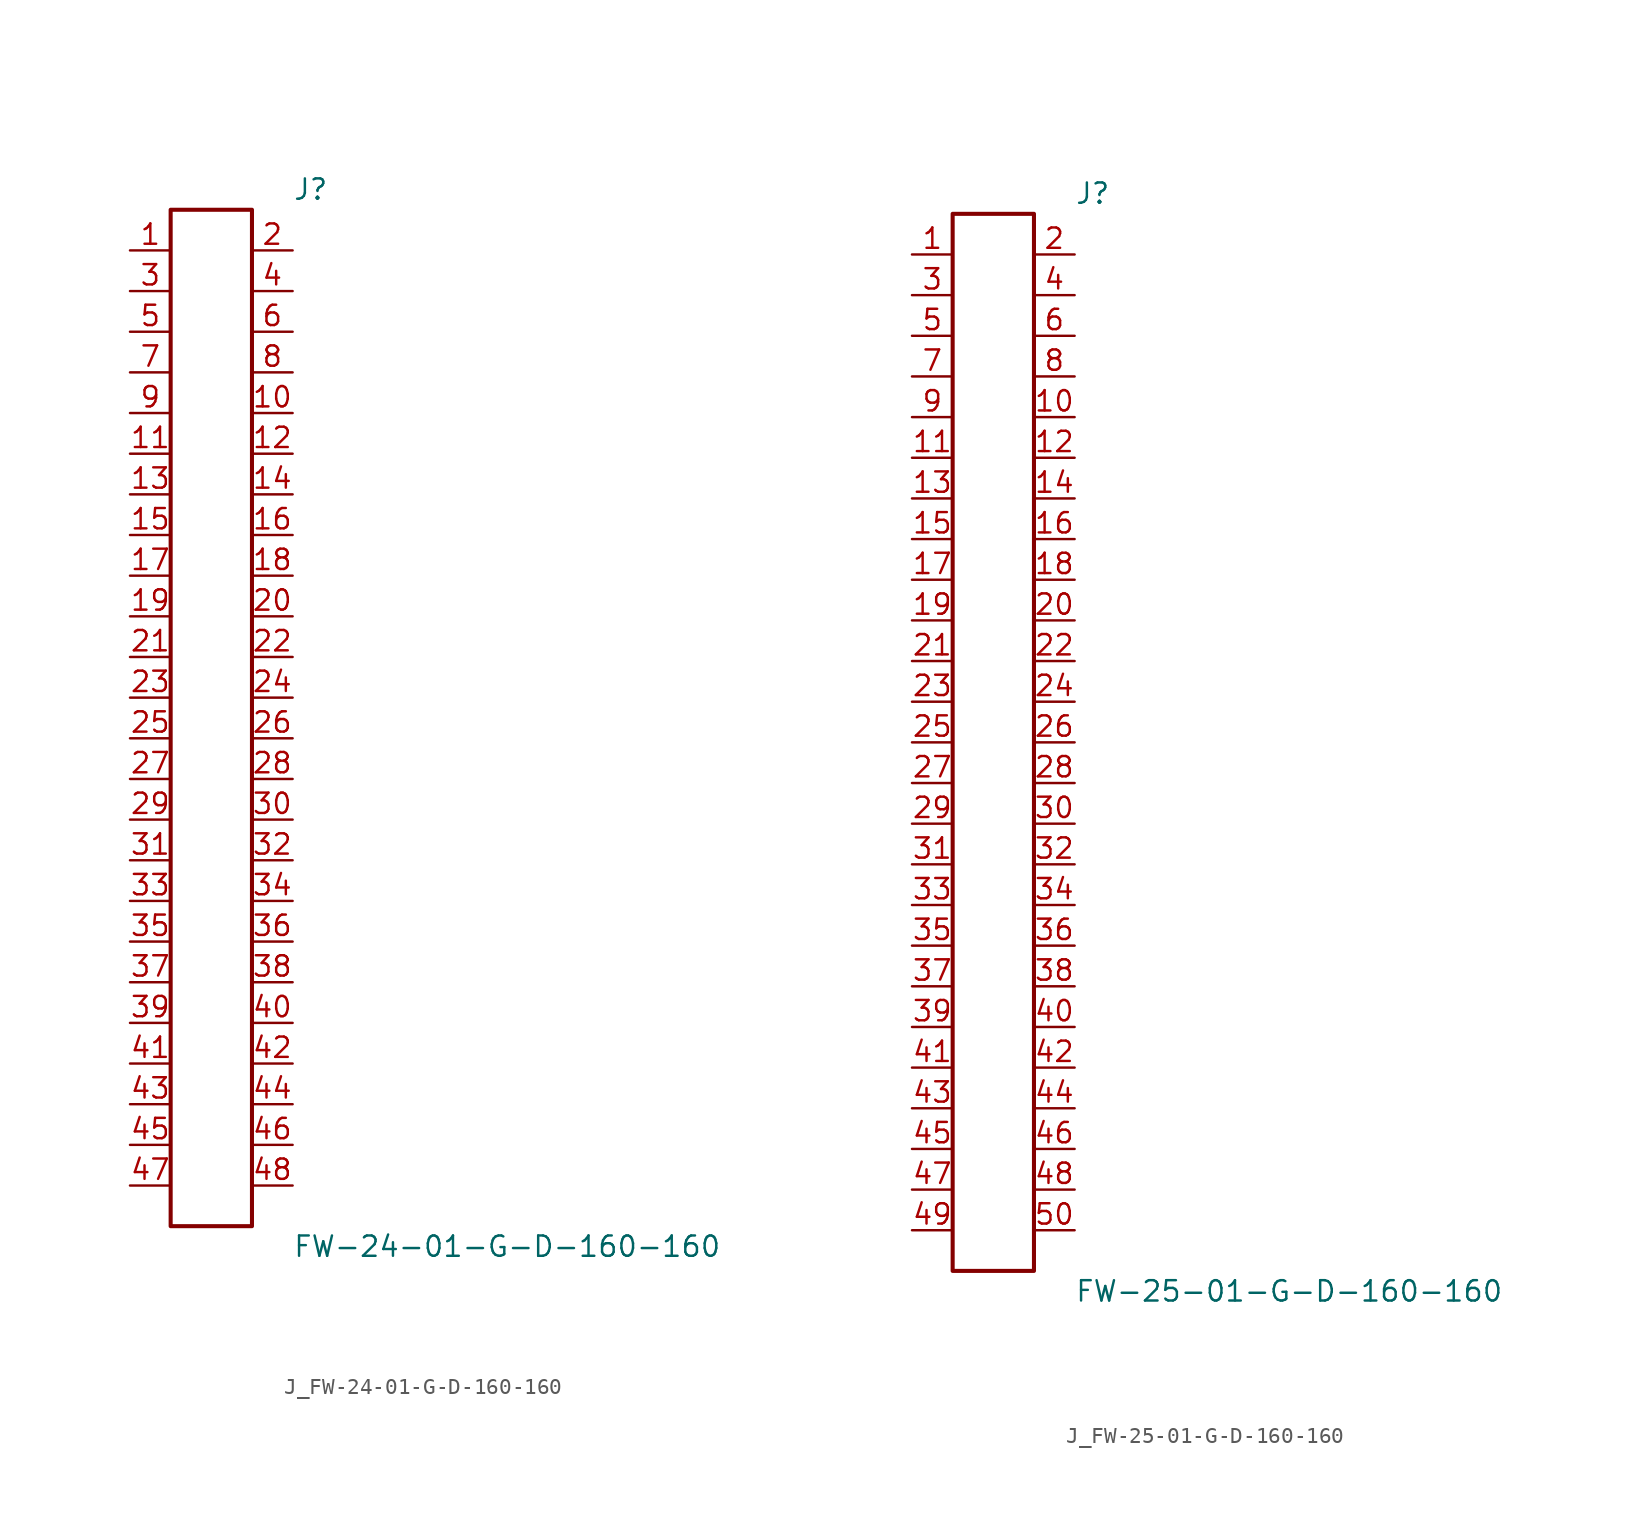
<source format=kicad_sym>
(kicad_symbol_lib
  (version 20231120)
  (generator kicad_symbol_editor)
  (generator_version 8.0)
  (symbol "J_FW-24-01-G-D-160-160"
    (pin_names
      (offset 0.254))
    (property "Reference" "J"
      (at 5.08 33.02 0)
      (effects (font (size 1.27 1.27)) (justify left)))
    (property "Value" "FW-24-01-G-D-160-160"
      (at 5.08 -33.02 0)
      (effects (font (size 1.27 1.27)) (justify left)))
    (symbol "J_FW-24-01-G-D-160-160_0_0"
      (pin unspecified line (at -5.08 29.21 0) (length 2.54) (name "" (effects (font (size 1.27 1.27)))) (number "1" (effects (font (size 1.27 1.27)))))
      (pin unspecified line (at 5.08 29.21 180) (length 2.54) (name "" (effects (font (size 1.27 1.27)))) (number "2" (effects (font (size 1.27 1.27)))))
      (pin unspecified line (at -5.08 26.67 0) (length 2.54) (name "" (effects (font (size 1.27 1.27)))) (number "3" (effects (font (size 1.27 1.27)))))
      (pin unspecified line (at 5.08 26.67 180) (length 2.54) (name "" (effects (font (size 1.27 1.27)))) (number "4" (effects (font (size 1.27 1.27)))))
      (pin unspecified line (at -5.08 24.13 0) (length 2.54) (name "" (effects (font (size 1.27 1.27)))) (number "5" (effects (font (size 1.27 1.27)))))
      (pin unspecified line (at 5.08 24.13 180) (length 2.54) (name "" (effects (font (size 1.27 1.27)))) (number "6" (effects (font (size 1.27 1.27)))))
      (pin unspecified line (at -5.08 21.59 0) (length 2.54) (name "" (effects (font (size 1.27 1.27)))) (number "7" (effects (font (size 1.27 1.27)))))
      (pin unspecified line (at 5.08 21.59 180) (length 2.54) (name "" (effects (font (size 1.27 1.27)))) (number "8" (effects (font (size 1.27 1.27)))))
      (pin unspecified line (at -5.08 19.05 0) (length 2.54) (name "" (effects (font (size 1.27 1.27)))) (number "9" (effects (font (size 1.27 1.27)))))
      (pin unspecified line (at 5.08 19.05 180) (length 2.54) (name "" (effects (font (size 1.27 1.27)))) (number "10" (effects (font (size 1.27 1.27)))))
      (pin unspecified line (at -5.08 16.51 0) (length 2.54) (name "" (effects (font (size 1.27 1.27)))) (number "11" (effects (font (size 1.27 1.27)))))
      (pin unspecified line (at 5.08 16.51 180) (length 2.54) (name "" (effects (font (size 1.27 1.27)))) (number "12" (effects (font (size 1.27 1.27)))))
      (pin unspecified line (at -5.08 13.97 0) (length 2.54) (name "" (effects (font (size 1.27 1.27)))) (number "13" (effects (font (size 1.27 1.27)))))
      (pin unspecified line (at 5.08 13.97 180) (length 2.54) (name "" (effects (font (size 1.27 1.27)))) (number "14" (effects (font (size 1.27 1.27)))))
      (pin unspecified line (at -5.08 11.43 0) (length 2.54) (name "" (effects (font (size 1.27 1.27)))) (number "15" (effects (font (size 1.27 1.27)))))
      (pin unspecified line (at 5.08 11.43 180) (length 2.54) (name "" (effects (font (size 1.27 1.27)))) (number "16" (effects (font (size 1.27 1.27)))))
      (pin unspecified line (at -5.08 8.89 0) (length 2.54) (name "" (effects (font (size 1.27 1.27)))) (number "17" (effects (font (size 1.27 1.27)))))
      (pin unspecified line (at 5.08 8.89 180) (length 2.54) (name "" (effects (font (size 1.27 1.27)))) (number "18" (effects (font (size 1.27 1.27)))))
      (pin unspecified line (at -5.08 6.35 0) (length 2.54) (name "" (effects (font (size 1.27 1.27)))) (number "19" (effects (font (size 1.27 1.27)))))
      (pin unspecified line (at 5.08 6.35 180) (length 2.54) (name "" (effects (font (size 1.27 1.27)))) (number "20" (effects (font (size 1.27 1.27)))))
      (pin unspecified line (at -5.08 3.81 0) (length 2.54) (name "" (effects (font (size 1.27 1.27)))) (number "21" (effects (font (size 1.27 1.27)))))
      (pin unspecified line (at 5.08 3.81 180) (length 2.54) (name "" (effects (font (size 1.27 1.27)))) (number "22" (effects (font (size 1.27 1.27)))))
      (pin unspecified line (at -5.08 1.27 0) (length 2.54) (name "" (effects (font (size 1.27 1.27)))) (number "23" (effects (font (size 1.27 1.27)))))
      (pin unspecified line (at 5.08 1.27 180) (length 2.54) (name "" (effects (font (size 1.27 1.27)))) (number "24" (effects (font (size 1.27 1.27)))))
      (pin unspecified line (at -5.08 -1.27 0) (length 2.54) (name "" (effects (font (size 1.27 1.27)))) (number "25" (effects (font (size 1.27 1.27)))))
      (pin unspecified line (at 5.08 -1.27 180) (length 2.54) (name "" (effects (font (size 1.27 1.27)))) (number "26" (effects (font (size 1.27 1.27)))))
      (pin unspecified line (at -5.08 -3.81 0) (length 2.54) (name "" (effects (font (size 1.27 1.27)))) (number "27" (effects (font (size 1.27 1.27)))))
      (pin unspecified line (at 5.08 -3.81 180) (length 2.54) (name "" (effects (font (size 1.27 1.27)))) (number "28" (effects (font (size 1.27 1.27)))))
      (pin unspecified line (at -5.08 -6.35 0) (length 2.54) (name "" (effects (font (size 1.27 1.27)))) (number "29" (effects (font (size 1.27 1.27)))))
      (pin unspecified line (at 5.08 -6.35 180) (length 2.54) (name "" (effects (font (size 1.27 1.27)))) (number "30" (effects (font (size 1.27 1.27)))))
      (pin unspecified line (at -5.08 -8.89 0) (length 2.54) (name "" (effects (font (size 1.27 1.27)))) (number "31" (effects (font (size 1.27 1.27)))))
      (pin unspecified line (at 5.08 -8.89 180) (length 2.54) (name "" (effects (font (size 1.27 1.27)))) (number "32" (effects (font (size 1.27 1.27)))))
      (pin unspecified line (at -5.08 -11.43 0) (length 2.54) (name "" (effects (font (size 1.27 1.27)))) (number "33" (effects (font (size 1.27 1.27)))))
      (pin unspecified line (at 5.08 -11.43 180) (length 2.54) (name "" (effects (font (size 1.27 1.27)))) (number "34" (effects (font (size 1.27 1.27)))))
      (pin unspecified line (at -5.08 -13.97 0) (length 2.54) (name "" (effects (font (size 1.27 1.27)))) (number "35" (effects (font (size 1.27 1.27)))))
      (pin unspecified line (at 5.08 -13.97 180) (length 2.54) (name "" (effects (font (size 1.27 1.27)))) (number "36" (effects (font (size 1.27 1.27)))))
      (pin unspecified line (at -5.08 -16.51 0) (length 2.54) (name "" (effects (font (size 1.27 1.27)))) (number "37" (effects (font (size 1.27 1.27)))))
      (pin unspecified line (at 5.08 -16.51 180) (length 2.54) (name "" (effects (font (size 1.27 1.27)))) (number "38" (effects (font (size 1.27 1.27)))))
      (pin unspecified line (at -5.08 -19.05 0) (length 2.54) (name "" (effects (font (size 1.27 1.27)))) (number "39" (effects (font (size 1.27 1.27)))))
      (pin unspecified line (at 5.08 -19.05 180) (length 2.54) (name "" (effects (font (size 1.27 1.27)))) (number "40" (effects (font (size 1.27 1.27)))))
      (pin unspecified line (at -5.08 -21.59 0) (length 2.54) (name "" (effects (font (size 1.27 1.27)))) (number "41" (effects (font (size 1.27 1.27)))))
      (pin unspecified line (at 5.08 -21.59 180) (length 2.54) (name "" (effects (font (size 1.27 1.27)))) (number "42" (effects (font (size 1.27 1.27)))))
      (pin unspecified line (at -5.08 -24.13 0) (length 2.54) (name "" (effects (font (size 1.27 1.27)))) (number "43" (effects (font (size 1.27 1.27)))))
      (pin unspecified line (at 5.08 -24.13 180) (length 2.54) (name "" (effects (font (size 1.27 1.27)))) (number "44" (effects (font (size 1.27 1.27)))))
      (pin unspecified line (at -5.08 -26.67 0) (length 2.54) (name "" (effects (font (size 1.27 1.27)))) (number "45" (effects (font (size 1.27 1.27)))))
      (pin unspecified line (at 5.08 -26.67 180) (length 2.54) (name "" (effects (font (size 1.27 1.27)))) (number "46" (effects (font (size 1.27 1.27)))))
      (pin unspecified line (at -5.08 -29.21 0) (length 2.54) (name "" (effects (font (size 1.27 1.27)))) (number "47" (effects (font (size 1.27 1.27)))))
      (pin unspecified line (at 5.08 -29.21 180) (length 2.54) (name "" (effects (font (size 1.27 1.27)))) (number "48" (effects (font (size 1.27 1.27))))))
    (symbol "J_FW-24-01-G-D-160-160_1_0"
      (rectangle (start -2.54 31.75) (end 2.54 -31.75) (stroke (width 0.254) (type solid)) (fill (type none)))))
  (symbol "J_FW-25-01-G-D-160-160"
    (pin_names
      (offset 0.254))
    (property "Reference" "J"
      (at 5.08 34.29 0)
      (effects (font (size 1.27 1.27)) (justify left)))
    (property "Value" "FW-25-01-G-D-160-160"
      (at 5.08 -34.29 0)
      (effects (font (size 1.27 1.27)) (justify left)))
    (symbol "J_FW-25-01-G-D-160-160_0_0"
      (pin unspecified line (at -5.08 30.48 0) (length 2.54) (name "" (effects (font (size 1.27 1.27)))) (number "1" (effects (font (size 1.27 1.27)))))
      (pin unspecified line (at 5.08 30.48 180) (length 2.54) (name "" (effects (font (size 1.27 1.27)))) (number "2" (effects (font (size 1.27 1.27)))))
      (pin unspecified line (at -5.08 27.94 0) (length 2.54) (name "" (effects (font (size 1.27 1.27)))) (number "3" (effects (font (size 1.27 1.27)))))
      (pin unspecified line (at 5.08 27.94 180) (length 2.54) (name "" (effects (font (size 1.27 1.27)))) (number "4" (effects (font (size 1.27 1.27)))))
      (pin unspecified line (at -5.08 25.4 0) (length 2.54) (name "" (effects (font (size 1.27 1.27)))) (number "5" (effects (font (size 1.27 1.27)))))
      (pin unspecified line (at 5.08 25.4 180) (length 2.54) (name "" (effects (font (size 1.27 1.27)))) (number "6" (effects (font (size 1.27 1.27)))))
      (pin unspecified line (at -5.08 22.86 0) (length 2.54) (name "" (effects (font (size 1.27 1.27)))) (number "7" (effects (font (size 1.27 1.27)))))
      (pin unspecified line (at 5.08 22.86 180) (length 2.54) (name "" (effects (font (size 1.27 1.27)))) (number "8" (effects (font (size 1.27 1.27)))))
      (pin unspecified line (at -5.08 20.32 0) (length 2.54) (name "" (effects (font (size 1.27 1.27)))) (number "9" (effects (font (size 1.27 1.27)))))
      (pin unspecified line (at 5.08 20.32 180) (length 2.54) (name "" (effects (font (size 1.27 1.27)))) (number "10" (effects (font (size 1.27 1.27)))))
      (pin unspecified line (at -5.08 17.78 0) (length 2.54) (name "" (effects (font (size 1.27 1.27)))) (number "11" (effects (font (size 1.27 1.27)))))
      (pin unspecified line (at 5.08 17.78 180) (length 2.54) (name "" (effects (font (size 1.27 1.27)))) (number "12" (effects (font (size 1.27 1.27)))))
      (pin unspecified line (at -5.08 15.24 0) (length 2.54) (name "" (effects (font (size 1.27 1.27)))) (number "13" (effects (font (size 1.27 1.27)))))
      (pin unspecified line (at 5.08 15.24 180) (length 2.54) (name "" (effects (font (size 1.27 1.27)))) (number "14" (effects (font (size 1.27 1.27)))))
      (pin unspecified line (at -5.08 12.7 0) (length 2.54) (name "" (effects (font (size 1.27 1.27)))) (number "15" (effects (font (size 1.27 1.27)))))
      (pin unspecified line (at 5.08 12.7 180) (length 2.54) (name "" (effects (font (size 1.27 1.27)))) (number "16" (effects (font (size 1.27 1.27)))))
      (pin unspecified line (at -5.08 10.16 0) (length 2.54) (name "" (effects (font (size 1.27 1.27)))) (number "17" (effects (font (size 1.27 1.27)))))
      (pin unspecified line (at 5.08 10.16 180) (length 2.54) (name "" (effects (font (size 1.27 1.27)))) (number "18" (effects (font (size 1.27 1.27)))))
      (pin unspecified line (at -5.08 7.62 0) (length 2.54) (name "" (effects (font (size 1.27 1.27)))) (number "19" (effects (font (size 1.27 1.27)))))
      (pin unspecified line (at 5.08 7.62 180) (length 2.54) (name "" (effects (font (size 1.27 1.27)))) (number "20" (effects (font (size 1.27 1.27)))))
      (pin unspecified line (at -5.08 5.08 0) (length 2.54) (name "" (effects (font (size 1.27 1.27)))) (number "21" (effects (font (size 1.27 1.27)))))
      (pin unspecified line (at 5.08 5.08 180) (length 2.54) (name "" (effects (font (size 1.27 1.27)))) (number "22" (effects (font (size 1.27 1.27)))))
      (pin unspecified line (at -5.08 2.54 0) (length 2.54) (name "" (effects (font (size 1.27 1.27)))) (number "23" (effects (font (size 1.27 1.27)))))
      (pin unspecified line (at 5.08 2.54 180) (length 2.54) (name "" (effects (font (size 1.27 1.27)))) (number "24" (effects (font (size 1.27 1.27)))))
      (pin unspecified line (at -5.08 0.0 0) (length 2.54) (name "" (effects (font (size 1.27 1.27)))) (number "25" (effects (font (size 1.27 1.27)))))
      (pin unspecified line (at 5.08 0.0 180) (length 2.54) (name "" (effects (font (size 1.27 1.27)))) (number "26" (effects (font (size 1.27 1.27)))))
      (pin unspecified line (at -5.08 -2.54 0) (length 2.54) (name "" (effects (font (size 1.27 1.27)))) (number "27" (effects (font (size 1.27 1.27)))))
      (pin unspecified line (at 5.08 -2.54 180) (length 2.54) (name "" (effects (font (size 1.27 1.27)))) (number "28" (effects (font (size 1.27 1.27)))))
      (pin unspecified line (at -5.08 -5.08 0) (length 2.54) (name "" (effects (font (size 1.27 1.27)))) (number "29" (effects (font (size 1.27 1.27)))))
      (pin unspecified line (at 5.08 -5.08 180) (length 2.54) (name "" (effects (font (size 1.27 1.27)))) (number "30" (effects (font (size 1.27 1.27)))))
      (pin unspecified line (at -5.08 -7.62 0) (length 2.54) (name "" (effects (font (size 1.27 1.27)))) (number "31" (effects (font (size 1.27 1.27)))))
      (pin unspecified line (at 5.08 -7.62 180) (length 2.54) (name "" (effects (font (size 1.27 1.27)))) (number "32" (effects (font (size 1.27 1.27)))))
      (pin unspecified line (at -5.08 -10.16 0) (length 2.54) (name "" (effects (font (size 1.27 1.27)))) (number "33" (effects (font (size 1.27 1.27)))))
      (pin unspecified line (at 5.08 -10.16 180) (length 2.54) (name "" (effects (font (size 1.27 1.27)))) (number "34" (effects (font (size 1.27 1.27)))))
      (pin unspecified line (at -5.08 -12.7 0) (length 2.54) (name "" (effects (font (size 1.27 1.27)))) (number "35" (effects (font (size 1.27 1.27)))))
      (pin unspecified line (at 5.08 -12.7 180) (length 2.54) (name "" (effects (font (size 1.27 1.27)))) (number "36" (effects (font (size 1.27 1.27)))))
      (pin unspecified line (at -5.08 -15.24 0) (length 2.54) (name "" (effects (font (size 1.27 1.27)))) (number "37" (effects (font (size 1.27 1.27)))))
      (pin unspecified line (at 5.08 -15.24 180) (length 2.54) (name "" (effects (font (size 1.27 1.27)))) (number "38" (effects (font (size 1.27 1.27)))))
      (pin unspecified line (at -5.08 -17.78 0) (length 2.54) (name "" (effects (font (size 1.27 1.27)))) (number "39" (effects (font (size 1.27 1.27)))))
      (pin unspecified line (at 5.08 -17.78 180) (length 2.54) (name "" (effects (font (size 1.27 1.27)))) (number "40" (effects (font (size 1.27 1.27)))))
      (pin unspecified line (at -5.08 -20.32 0) (length 2.54) (name "" (effects (font (size 1.27 1.27)))) (number "41" (effects (font (size 1.27 1.27)))))
      (pin unspecified line (at 5.08 -20.32 180) (length 2.54) (name "" (effects (font (size 1.27 1.27)))) (number "42" (effects (font (size 1.27 1.27)))))
      (pin unspecified line (at -5.08 -22.86 0) (length 2.54) (name "" (effects (font (size 1.27 1.27)))) (number "43" (effects (font (size 1.27 1.27)))))
      (pin unspecified line (at 5.08 -22.86 180) (length 2.54) (name "" (effects (font (size 1.27 1.27)))) (number "44" (effects (font (size 1.27 1.27)))))
      (pin unspecified line (at -5.08 -25.4 0) (length 2.54) (name "" (effects (font (size 1.27 1.27)))) (number "45" (effects (font (size 1.27 1.27)))))
      (pin unspecified line (at 5.08 -25.4 180) (length 2.54) (name "" (effects (font (size 1.27 1.27)))) (number "46" (effects (font (size 1.27 1.27)))))
      (pin unspecified line (at -5.08 -27.94 0) (length 2.54) (name "" (effects (font (size 1.27 1.27)))) (number "47" (effects (font (size 1.27 1.27)))))
      (pin unspecified line (at 5.08 -27.94 180) (length 2.54) (name "" (effects (font (size 1.27 1.27)))) (number "48" (effects (font (size 1.27 1.27)))))
      (pin unspecified line (at -5.08 -30.48 0) (length 2.54) (name "" (effects (font (size 1.27 1.27)))) (number "49" (effects (font (size 1.27 1.27)))))
      (pin unspecified line (at 5.08 -30.48 180) (length 2.54) (name "" (effects (font (size 1.27 1.27)))) (number "50" (effects (font (size 1.27 1.27))))))
    (symbol "J_FW-25-01-G-D-160-160_1_0"
      (rectangle (start -2.54 33.02) (end 2.54 -33.02) (stroke (width 0.254) (type solid)) (fill (type none))))))
</source>
